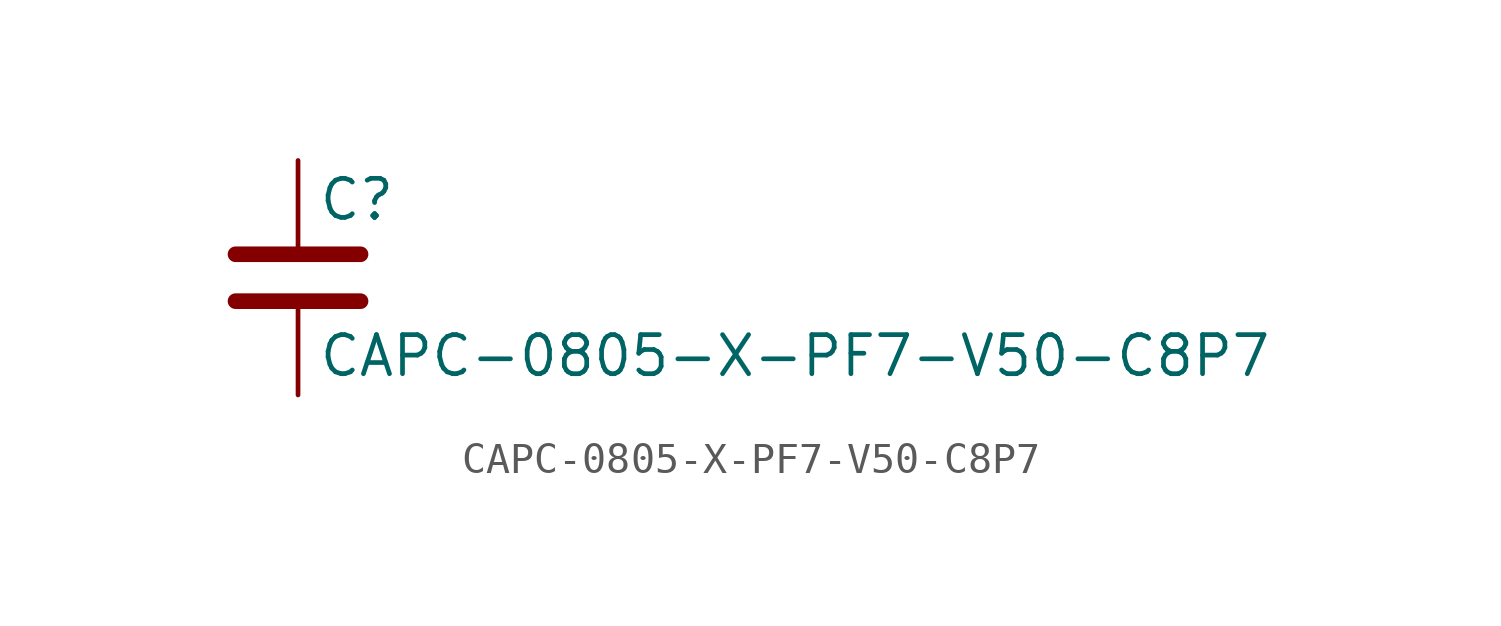
<source format=kicad_sym>
(kicad_symbol_lib
  (version 20211014)
  (generator kicad_symbol_editor)
  (symbol "CAPC-0805-X-PF7-V50-C8P7"
    (pin_numbers hide)
    (pin_names
      (offset 0.254))
    (property "Reference" "C"
      (at 0.635 2.54 0)
      (effects (font (size 1.27 1.27)) (justify left)))
    (property "Value" "CAPC-0805-X-PF7-V50-C8P7"
      (at 0.635 -2.54 0)
      (effects (font (size 1.27 1.27)) (justify left)))
    (symbol "CAPC-0805-X-PF7-V50-C8P7_0_1"
      (polyline (pts (xy -2.032 -0.762) (xy 2.032 -0.762)) (stroke (width 0.508) (type default) (color 0 0 0 0)) (fill (type none)))
      (polyline (pts (xy -2.032 0.762) (xy 2.032 0.762)) (stroke (width 0.508) (type default) (color 0 0 0 0)) (fill (type none))))
    (symbol "CAPC-0805-X-PF7-V50-C8P7_1_1"
      (pin passive line (at 0 3.81 270) (length 2.794) (name "~" (effects (font (size 1.27 1.27)))) (number "1" (effects (font (size 1.27 1.27)))))
      (pin passive line (at 0 -3.81 90) (length 2.794) (name "~" (effects (font (size 1.27 1.27)))) (number "2" (effects (font (size 1.27 1.27))))))))
</source>
